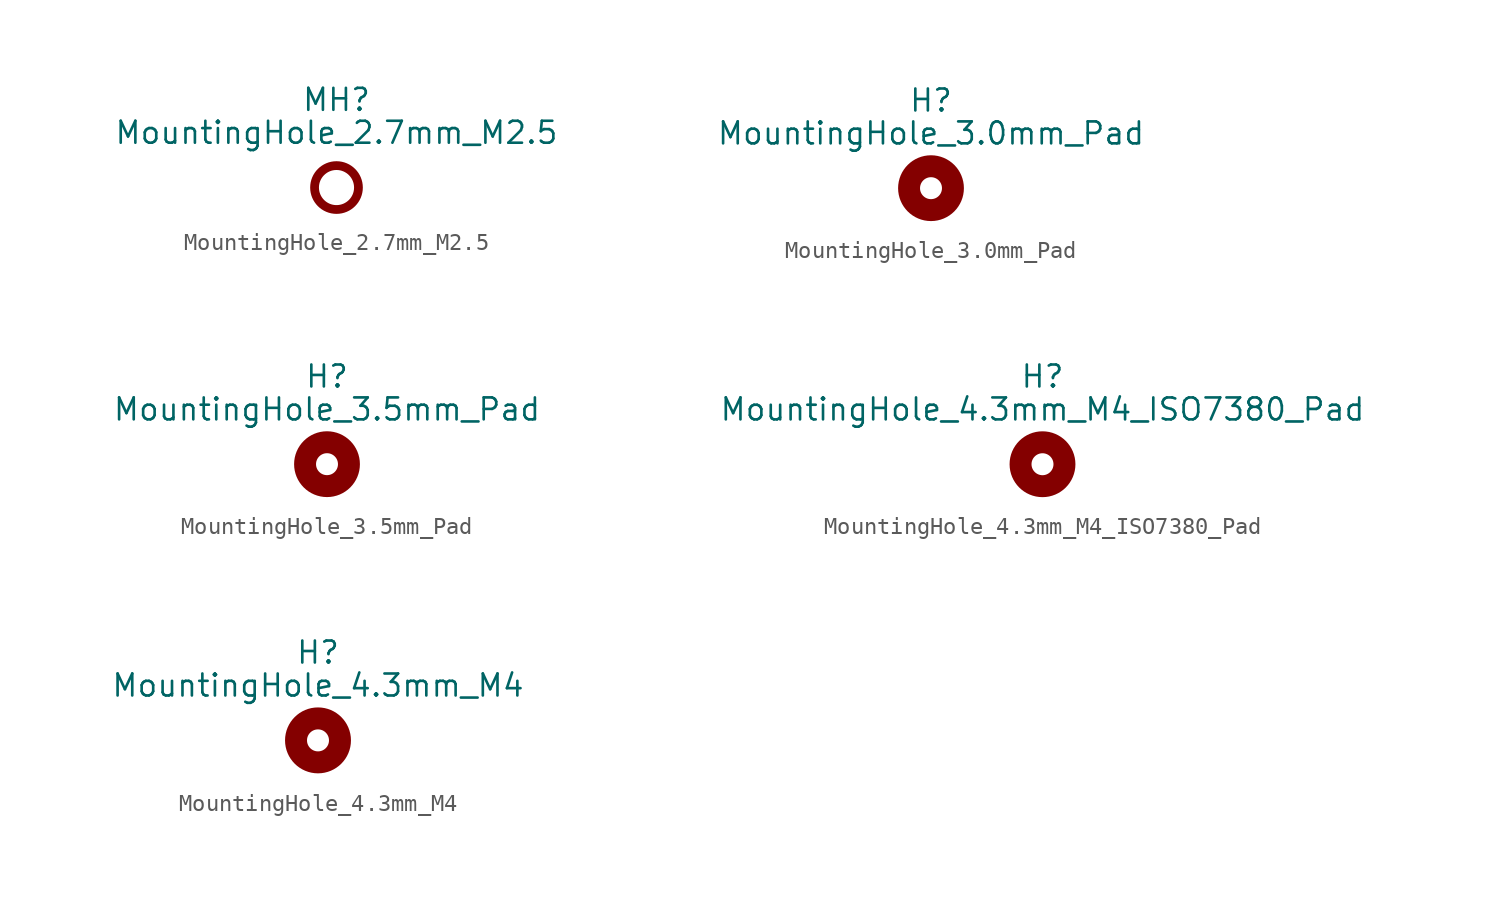
<source format=kicad_sym>
(kicad_symbol_lib
  (version 20241209)
  (generator "kicad_symbol_editor")
  (generator_version "9.0")
  (symbol "MountingHole_2.7mm_M2.5"
    (pin_names
      (offset 1.016))
    (property "Reference" "MH"
      (at 0 5.08 0)
      (effects (font (size 1.27 1.27))))
    (property "Value" "MountingHole_2.7mm_M2.5"
      (at 0 3.175 0)
      (effects (font (size 1.27 1.27))))
    (symbol "MountingHole_2.7mm_M2.5_1_1"
      (circle (center 0 0) (radius 1.27) (stroke (width 0.508) (type solid)) (fill (type none)))))
  (symbol "MountingHole_3.0mm_Pad"
    (pin_names
      (offset 1.016))
    (property "Reference" "H"
      (at 0 5.08 0)
      (effects (font (size 1.27 1.27))))
    (property "Value" "MountingHole_3.0mm_Pad"
      (at 0 3.175 0)
      (effects (font (size 1.27 1.27))))
    (symbol "MountingHole_3.0mm_Pad_0_1"
      (circle (center 0 0) (radius 1.27) (stroke (width 1.27) (type default)) (fill (type none)))))
  (symbol "MountingHole_3.5mm_Pad"
    (pin_names
      (offset 1.016))
    (property "Reference" "H"
      (at 0 5.08 0)
      (effects (font (size 1.27 1.27))))
    (property "Value" "MountingHole_3.5mm_Pad"
      (at 0 3.175 0)
      (effects (font (size 1.27 1.27))))
    (symbol "MountingHole_3.5mm_Pad_0_1"
      (circle (center 0 0) (radius 1.27) (stroke (width 1.27) (type default)) (fill (type none)))))
  (symbol "MountingHole_4.3mm_M4_ISO7380_Pad"
    (pin_names
      (offset 1.016))
    (property "Reference" "H"
      (at 0 5.08 0)
      (effects (font (size 1.27 1.27))))
    (property "Value" "MountingHole_4.3mm_M4_ISO7380_Pad"
      (at 0 3.175 0)
      (effects (font (size 1.27 1.27))))
    (symbol "MountingHole_4.3mm_M4_ISO7380_Pad_0_1"
      (circle (center 0 0) (radius 1.27) (stroke (width 1.27) (type default)) (fill (type none)))))
  (symbol "MountingHole_4.3mm_M4"
    (pin_names
      (offset 1.016))
    (property "Reference" "H"
      (at 0 5.08 0)
      (effects (font (size 1.27 1.27))))
    (property "Value" "MountingHole_4.3mm_M4"
      (at 0 3.175 0)
      (effects (font (size 1.27 1.27))))
    (symbol "MountingHole_4.3mm_M4_0_1"
      (circle (center 0 0) (radius 1.27) (stroke (width 1.27) (type default)) (fill (type none))))))
</source>
